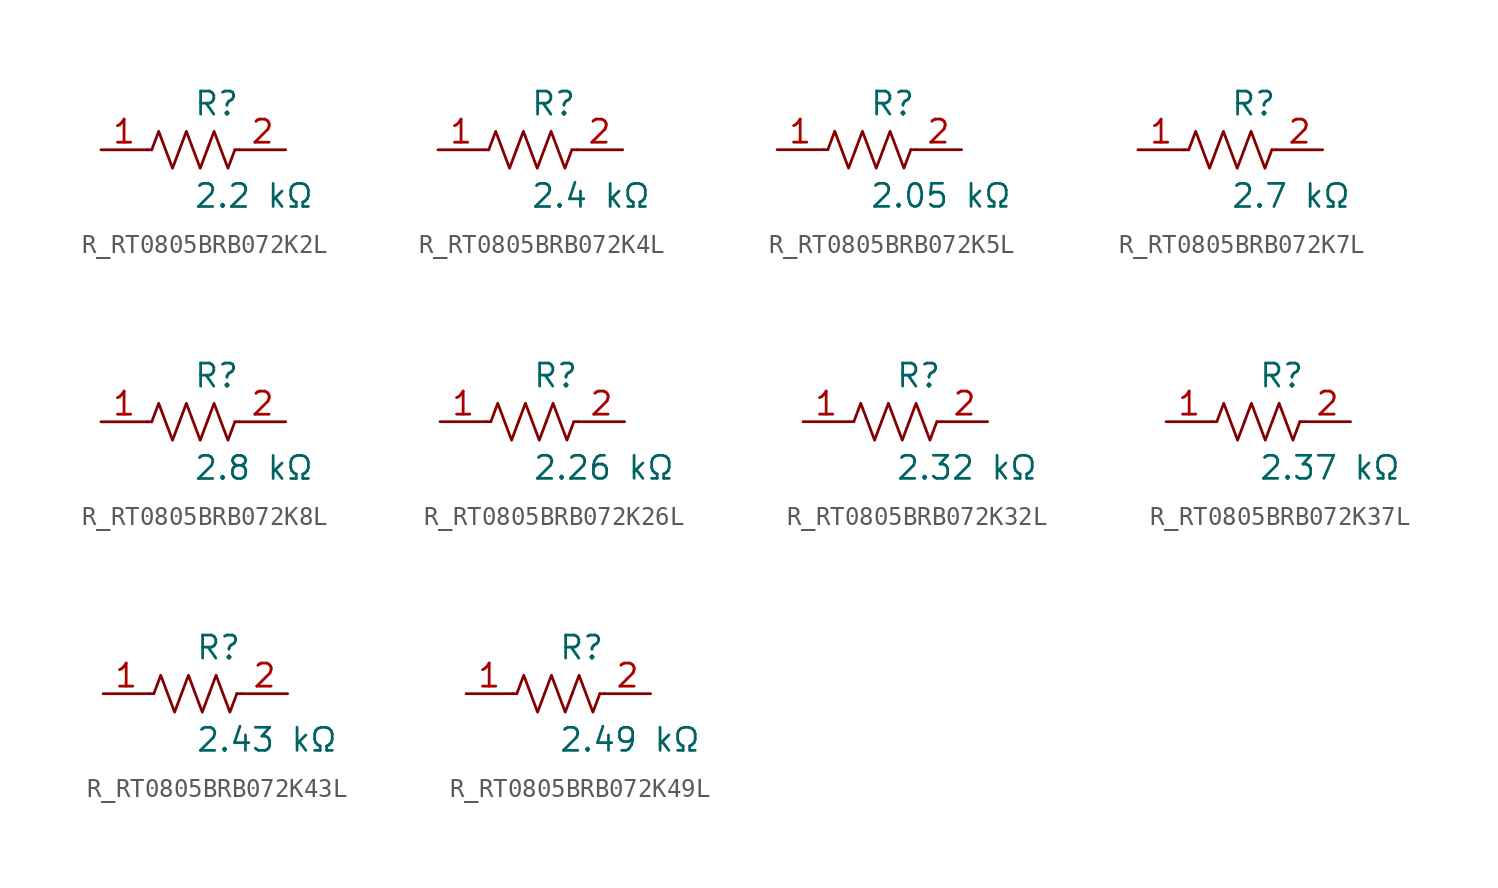
<source format=kicad_sym>
(kicad_symbol_lib
  (version 20231120)
  (generator kicad_symbol_editor)
  (generator_version 8.0)
  (symbol "R_RT0805BRB072K2L"
    (pin_names
      (offset 0.254))
    (property "Reference" "R"
      (at 0.0 2.54 0)
      (effects (font (size 1.27 1.27)) (justify left)))
    (property "Value" "2.2 kΩ"
      (at 0.0 -2.54 0)
      (effects (font (size 1.27 1.27)) (justify left)))
    (symbol "R_RT0805BRB072K2L_0_1"
      (polyline (pts (xy 2.286 0) (xy 2.54 0)) (stroke (width 0) (type default)) (fill (type none)))
      (polyline (pts (xy -2.286 0) (xy -2.54 0)) (stroke (width 0) (type default)) (fill (type none)))
      (polyline (pts (xy 0.762 0) (xy 1.143 1.016) (xy 1.524 0) (xy 1.905 -1.016) (xy 2.286 0)) (stroke (width 0) (type default)) (fill (type none)))
      (polyline (pts (xy -0.762 0) (xy -0.381 1.016) (xy 0 0) (xy 0.381 -1.016) (xy 0.762 0)) (stroke (width 0) (type default)) (fill (type none)))
      (polyline (pts (xy -2.286 0) (xy -1.905 1.016) (xy -1.524 0) (xy -1.143 -1.016) (xy -0.762 0)) (stroke (width 0) (type default)) (fill (type none))))
    (pin unspecified line
      (at -5.08 0 0)
      (length 2.54)
      (name "" (effects (font (size 1.27 1.27))))
      (number "1" (effects (font (size 1.27 1.27)))))
    (pin unspecified line
      (at 5.08 0 180)
      (length 2.54)
      (name "" (effects (font (size 1.27 1.27))))
      (number "2" (effects (font (size 1.27 1.27))))))
  (symbol "R_RT0805BRB072K4L"
    (pin_names
      (offset 0.254))
    (property "Reference" "R"
      (at 0.0 2.54 0)
      (effects (font (size 1.27 1.27)) (justify left)))
    (property "Value" "2.4 kΩ"
      (at 0.0 -2.54 0)
      (effects (font (size 1.27 1.27)) (justify left)))
    (symbol "R_RT0805BRB072K4L_0_1"
      (polyline (pts (xy 2.286 0) (xy 2.54 0)) (stroke (width 0) (type default)) (fill (type none)))
      (polyline (pts (xy -2.286 0) (xy -2.54 0)) (stroke (width 0) (type default)) (fill (type none)))
      (polyline (pts (xy 0.762 0) (xy 1.143 1.016) (xy 1.524 0) (xy 1.905 -1.016) (xy 2.286 0)) (stroke (width 0) (type default)) (fill (type none)))
      (polyline (pts (xy -0.762 0) (xy -0.381 1.016) (xy 0 0) (xy 0.381 -1.016) (xy 0.762 0)) (stroke (width 0) (type default)) (fill (type none)))
      (polyline (pts (xy -2.286 0) (xy -1.905 1.016) (xy -1.524 0) (xy -1.143 -1.016) (xy -0.762 0)) (stroke (width 0) (type default)) (fill (type none))))
    (pin unspecified line
      (at -5.08 0 0)
      (length 2.54)
      (name "" (effects (font (size 1.27 1.27))))
      (number "1" (effects (font (size 1.27 1.27)))))
    (pin unspecified line
      (at 5.08 0 180)
      (length 2.54)
      (name "" (effects (font (size 1.27 1.27))))
      (number "2" (effects (font (size 1.27 1.27))))))
  (symbol "R_RT0805BRB072K5L"
    (pin_names
      (offset 0.254))
    (property "Reference" "R"
      (at 0.0 2.54 0)
      (effects (font (size 1.27 1.27)) (justify left)))
    (property "Value" "2.05 kΩ"
      (at 0.0 -2.54 0)
      (effects (font (size 1.27 1.27)) (justify left)))
    (symbol "R_RT0805BRB072K5L_0_1"
      (polyline (pts (xy 2.286 0) (xy 2.54 0)) (stroke (width 0) (type default)) (fill (type none)))
      (polyline (pts (xy -2.286 0) (xy -2.54 0)) (stroke (width 0) (type default)) (fill (type none)))
      (polyline (pts (xy 0.762 0) (xy 1.143 1.016) (xy 1.524 0) (xy 1.905 -1.016) (xy 2.286 0)) (stroke (width 0) (type default)) (fill (type none)))
      (polyline (pts (xy -0.762 0) (xy -0.381 1.016) (xy 0 0) (xy 0.381 -1.016) (xy 0.762 0)) (stroke (width 0) (type default)) (fill (type none)))
      (polyline (pts (xy -2.286 0) (xy -1.905 1.016) (xy -1.524 0) (xy -1.143 -1.016) (xy -0.762 0)) (stroke (width 0) (type default)) (fill (type none))))
    (pin unspecified line
      (at -5.08 0 0)
      (length 2.54)
      (name "" (effects (font (size 1.27 1.27))))
      (number "1" (effects (font (size 1.27 1.27)))))
    (pin unspecified line
      (at 5.08 0 180)
      (length 2.54)
      (name "" (effects (font (size 1.27 1.27))))
      (number "2" (effects (font (size 1.27 1.27))))))
  (symbol "R_RT0805BRB072K7L"
    (pin_names
      (offset 0.254))
    (property "Reference" "R"
      (at 0.0 2.54 0)
      (effects (font (size 1.27 1.27)) (justify left)))
    (property "Value" "2.7 kΩ"
      (at 0.0 -2.54 0)
      (effects (font (size 1.27 1.27)) (justify left)))
    (symbol "R_RT0805BRB072K7L_0_1"
      (polyline (pts (xy 2.286 0) (xy 2.54 0)) (stroke (width 0) (type default)) (fill (type none)))
      (polyline (pts (xy -2.286 0) (xy -2.54 0)) (stroke (width 0) (type default)) (fill (type none)))
      (polyline (pts (xy 0.762 0) (xy 1.143 1.016) (xy 1.524 0) (xy 1.905 -1.016) (xy 2.286 0)) (stroke (width 0) (type default)) (fill (type none)))
      (polyline (pts (xy -0.762 0) (xy -0.381 1.016) (xy 0 0) (xy 0.381 -1.016) (xy 0.762 0)) (stroke (width 0) (type default)) (fill (type none)))
      (polyline (pts (xy -2.286 0) (xy -1.905 1.016) (xy -1.524 0) (xy -1.143 -1.016) (xy -0.762 0)) (stroke (width 0) (type default)) (fill (type none))))
    (pin unspecified line
      (at -5.08 0 0)
      (length 2.54)
      (name "" (effects (font (size 1.27 1.27))))
      (number "1" (effects (font (size 1.27 1.27)))))
    (pin unspecified line
      (at 5.08 0 180)
      (length 2.54)
      (name "" (effects (font (size 1.27 1.27))))
      (number "2" (effects (font (size 1.27 1.27))))))
  (symbol "R_RT0805BRB072K8L"
    (pin_names
      (offset 0.254))
    (property "Reference" "R"
      (at 0.0 2.54 0)
      (effects (font (size 1.27 1.27)) (justify left)))
    (property "Value" "2.8 kΩ"
      (at 0.0 -2.54 0)
      (effects (font (size 1.27 1.27)) (justify left)))
    (symbol "R_RT0805BRB072K8L_0_1"
      (polyline (pts (xy 2.286 0) (xy 2.54 0)) (stroke (width 0) (type default)) (fill (type none)))
      (polyline (pts (xy -2.286 0) (xy -2.54 0)) (stroke (width 0) (type default)) (fill (type none)))
      (polyline (pts (xy 0.762 0) (xy 1.143 1.016) (xy 1.524 0) (xy 1.905 -1.016) (xy 2.286 0)) (stroke (width 0) (type default)) (fill (type none)))
      (polyline (pts (xy -0.762 0) (xy -0.381 1.016) (xy 0 0) (xy 0.381 -1.016) (xy 0.762 0)) (stroke (width 0) (type default)) (fill (type none)))
      (polyline (pts (xy -2.286 0) (xy -1.905 1.016) (xy -1.524 0) (xy -1.143 -1.016) (xy -0.762 0)) (stroke (width 0) (type default)) (fill (type none))))
    (pin unspecified line
      (at -5.08 0 0)
      (length 2.54)
      (name "" (effects (font (size 1.27 1.27))))
      (number "1" (effects (font (size 1.27 1.27)))))
    (pin unspecified line
      (at 5.08 0 180)
      (length 2.54)
      (name "" (effects (font (size 1.27 1.27))))
      (number "2" (effects (font (size 1.27 1.27))))))
  (symbol "R_RT0805BRB072K26L"
    (pin_names
      (offset 0.254))
    (property "Reference" "R"
      (at 0.0 2.54 0)
      (effects (font (size 1.27 1.27)) (justify left)))
    (property "Value" "2.26 kΩ"
      (at 0.0 -2.54 0)
      (effects (font (size 1.27 1.27)) (justify left)))
    (symbol "R_RT0805BRB072K26L_0_1"
      (polyline (pts (xy 2.286 0) (xy 2.54 0)) (stroke (width 0) (type default)) (fill (type none)))
      (polyline (pts (xy -2.286 0) (xy -2.54 0)) (stroke (width 0) (type default)) (fill (type none)))
      (polyline (pts (xy 0.762 0) (xy 1.143 1.016) (xy 1.524 0) (xy 1.905 -1.016) (xy 2.286 0)) (stroke (width 0) (type default)) (fill (type none)))
      (polyline (pts (xy -0.762 0) (xy -0.381 1.016) (xy 0 0) (xy 0.381 -1.016) (xy 0.762 0)) (stroke (width 0) (type default)) (fill (type none)))
      (polyline (pts (xy -2.286 0) (xy -1.905 1.016) (xy -1.524 0) (xy -1.143 -1.016) (xy -0.762 0)) (stroke (width 0) (type default)) (fill (type none))))
    (pin unspecified line
      (at -5.08 0 0)
      (length 2.54)
      (name "" (effects (font (size 1.27 1.27))))
      (number "1" (effects (font (size 1.27 1.27)))))
    (pin unspecified line
      (at 5.08 0 180)
      (length 2.54)
      (name "" (effects (font (size 1.27 1.27))))
      (number "2" (effects (font (size 1.27 1.27))))))
  (symbol "R_RT0805BRB072K32L"
    (pin_names
      (offset 0.254))
    (property "Reference" "R"
      (at 0.0 2.54 0)
      (effects (font (size 1.27 1.27)) (justify left)))
    (property "Value" "2.32 kΩ"
      (at 0.0 -2.54 0)
      (effects (font (size 1.27 1.27)) (justify left)))
    (symbol "R_RT0805BRB072K32L_0_1"
      (polyline (pts (xy 2.286 0) (xy 2.54 0)) (stroke (width 0) (type default)) (fill (type none)))
      (polyline (pts (xy -2.286 0) (xy -2.54 0)) (stroke (width 0) (type default)) (fill (type none)))
      (polyline (pts (xy 0.762 0) (xy 1.143 1.016) (xy 1.524 0) (xy 1.905 -1.016) (xy 2.286 0)) (stroke (width 0) (type default)) (fill (type none)))
      (polyline (pts (xy -0.762 0) (xy -0.381 1.016) (xy 0 0) (xy 0.381 -1.016) (xy 0.762 0)) (stroke (width 0) (type default)) (fill (type none)))
      (polyline (pts (xy -2.286 0) (xy -1.905 1.016) (xy -1.524 0) (xy -1.143 -1.016) (xy -0.762 0)) (stroke (width 0) (type default)) (fill (type none))))
    (pin unspecified line
      (at -5.08 0 0)
      (length 2.54)
      (name "" (effects (font (size 1.27 1.27))))
      (number "1" (effects (font (size 1.27 1.27)))))
    (pin unspecified line
      (at 5.08 0 180)
      (length 2.54)
      (name "" (effects (font (size 1.27 1.27))))
      (number "2" (effects (font (size 1.27 1.27))))))
  (symbol "R_RT0805BRB072K37L"
    (pin_names
      (offset 0.254))
    (property "Reference" "R"
      (at 0.0 2.54 0)
      (effects (font (size 1.27 1.27)) (justify left)))
    (property "Value" "2.37 kΩ"
      (at 0.0 -2.54 0)
      (effects (font (size 1.27 1.27)) (justify left)))
    (symbol "R_RT0805BRB072K37L_0_1"
      (polyline (pts (xy 2.286 0) (xy 2.54 0)) (stroke (width 0) (type default)) (fill (type none)))
      (polyline (pts (xy -2.286 0) (xy -2.54 0)) (stroke (width 0) (type default)) (fill (type none)))
      (polyline (pts (xy 0.762 0) (xy 1.143 1.016) (xy 1.524 0) (xy 1.905 -1.016) (xy 2.286 0)) (stroke (width 0) (type default)) (fill (type none)))
      (polyline (pts (xy -0.762 0) (xy -0.381 1.016) (xy 0 0) (xy 0.381 -1.016) (xy 0.762 0)) (stroke (width 0) (type default)) (fill (type none)))
      (polyline (pts (xy -2.286 0) (xy -1.905 1.016) (xy -1.524 0) (xy -1.143 -1.016) (xy -0.762 0)) (stroke (width 0) (type default)) (fill (type none))))
    (pin unspecified line
      (at -5.08 0 0)
      (length 2.54)
      (name "" (effects (font (size 1.27 1.27))))
      (number "1" (effects (font (size 1.27 1.27)))))
    (pin unspecified line
      (at 5.08 0 180)
      (length 2.54)
      (name "" (effects (font (size 1.27 1.27))))
      (number "2" (effects (font (size 1.27 1.27))))))
  (symbol "R_RT0805BRB072K43L"
    (pin_names
      (offset 0.254))
    (property "Reference" "R"
      (at 0.0 2.54 0)
      (effects (font (size 1.27 1.27)) (justify left)))
    (property "Value" "2.43 kΩ"
      (at 0.0 -2.54 0)
      (effects (font (size 1.27 1.27)) (justify left)))
    (symbol "R_RT0805BRB072K43L_0_1"
      (polyline (pts (xy 2.286 0) (xy 2.54 0)) (stroke (width 0) (type default)) (fill (type none)))
      (polyline (pts (xy -2.286 0) (xy -2.54 0)) (stroke (width 0) (type default)) (fill (type none)))
      (polyline (pts (xy 0.762 0) (xy 1.143 1.016) (xy 1.524 0) (xy 1.905 -1.016) (xy 2.286 0)) (stroke (width 0) (type default)) (fill (type none)))
      (polyline (pts (xy -0.762 0) (xy -0.381 1.016) (xy 0 0) (xy 0.381 -1.016) (xy 0.762 0)) (stroke (width 0) (type default)) (fill (type none)))
      (polyline (pts (xy -2.286 0) (xy -1.905 1.016) (xy -1.524 0) (xy -1.143 -1.016) (xy -0.762 0)) (stroke (width 0) (type default)) (fill (type none))))
    (pin unspecified line
      (at -5.08 0 0)
      (length 2.54)
      (name "" (effects (font (size 1.27 1.27))))
      (number "1" (effects (font (size 1.27 1.27)))))
    (pin unspecified line
      (at 5.08 0 180)
      (length 2.54)
      (name "" (effects (font (size 1.27 1.27))))
      (number "2" (effects (font (size 1.27 1.27))))))
  (symbol "R_RT0805BRB072K49L"
    (pin_names
      (offset 0.254))
    (property "Reference" "R"
      (at 0.0 2.54 0)
      (effects (font (size 1.27 1.27)) (justify left)))
    (property "Value" "2.49 kΩ"
      (at 0.0 -2.54 0)
      (effects (font (size 1.27 1.27)) (justify left)))
    (symbol "R_RT0805BRB072K49L_0_1"
      (polyline (pts (xy 2.286 0) (xy 2.54 0)) (stroke (width 0) (type default)) (fill (type none)))
      (polyline (pts (xy -2.286 0) (xy -2.54 0)) (stroke (width 0) (type default)) (fill (type none)))
      (polyline (pts (xy 0.762 0) (xy 1.143 1.016) (xy 1.524 0) (xy 1.905 -1.016) (xy 2.286 0)) (stroke (width 0) (type default)) (fill (type none)))
      (polyline (pts (xy -0.762 0) (xy -0.381 1.016) (xy 0 0) (xy 0.381 -1.016) (xy 0.762 0)) (stroke (width 0) (type default)) (fill (type none)))
      (polyline (pts (xy -2.286 0) (xy -1.905 1.016) (xy -1.524 0) (xy -1.143 -1.016) (xy -0.762 0)) (stroke (width 0) (type default)) (fill (type none))))
    (pin unspecified line
      (at -5.08 0 0)
      (length 2.54)
      (name "" (effects (font (size 1.27 1.27))))
      (number "1" (effects (font (size 1.27 1.27)))))
    (pin unspecified line
      (at 5.08 0 180)
      (length 2.54)
      (name "" (effects (font (size 1.27 1.27))))
      (number "2" (effects (font (size 1.27 1.27)))))))
</source>
